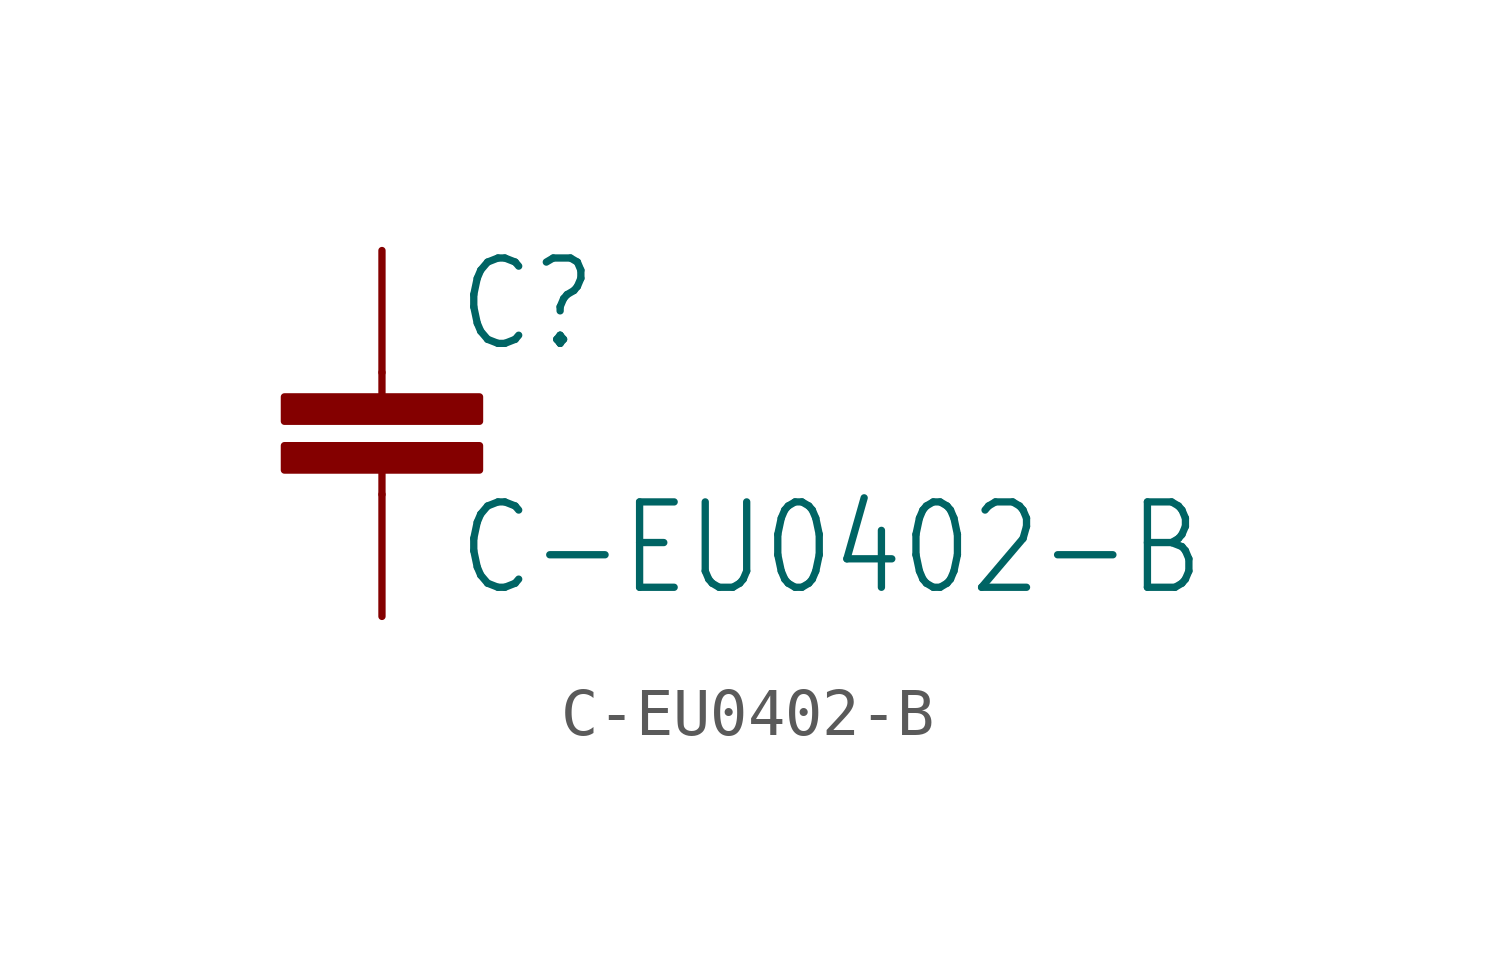
<source format=kicad_sym>
(kicad_symbol_lib
  (version 20211014)
  (generator kicad_symbol_editor)
  (symbol "C-EU0402-B"
    (property "Reference" "C"
      (at 1.524 0.381 0)
      (effects (font (size 1.778 1.511)) (justify left bottom)))
    (property "Value" "C-EU0402-B"
      (at 1.524 -4.699 0)
      (effects (font (size 1.778 1.511)) (justify left bottom)))
    (property "ki_locked" ""
      (at 0 0 0)
      (effects (font (size 1.27 1.27))))
    (symbol "C-EU0402-B_1_0"
      (rectangle (start -2.032 -2.032) (end 2.032 -1.524) (stroke (width 0) (type default)) (fill (type outline)))
      (rectangle (start -2.032 -1.016) (end 2.032 -0.508) (stroke (width 0) (type default)) (fill (type outline)))
      (polyline (pts (xy 0 -2.54) (xy 0 -2.032)) (stroke (width 0.152) (type default)) (fill (type none)))
      (polyline (pts (xy 0 0) (xy 0 -0.508)) (stroke (width 0.152) (type default)) (fill (type none)))
      (pin passive line (at 0 2.54 270) (length 2.54) (name "1" (effects (font (size 0 0)))) (number "1" (effects (font (size 0 0)))))
      (pin passive line (at 0 -5.08 90) (length 2.54) (name "2" (effects (font (size 0 0)))) (number "2" (effects (font (size 0 0))))))))
</source>
